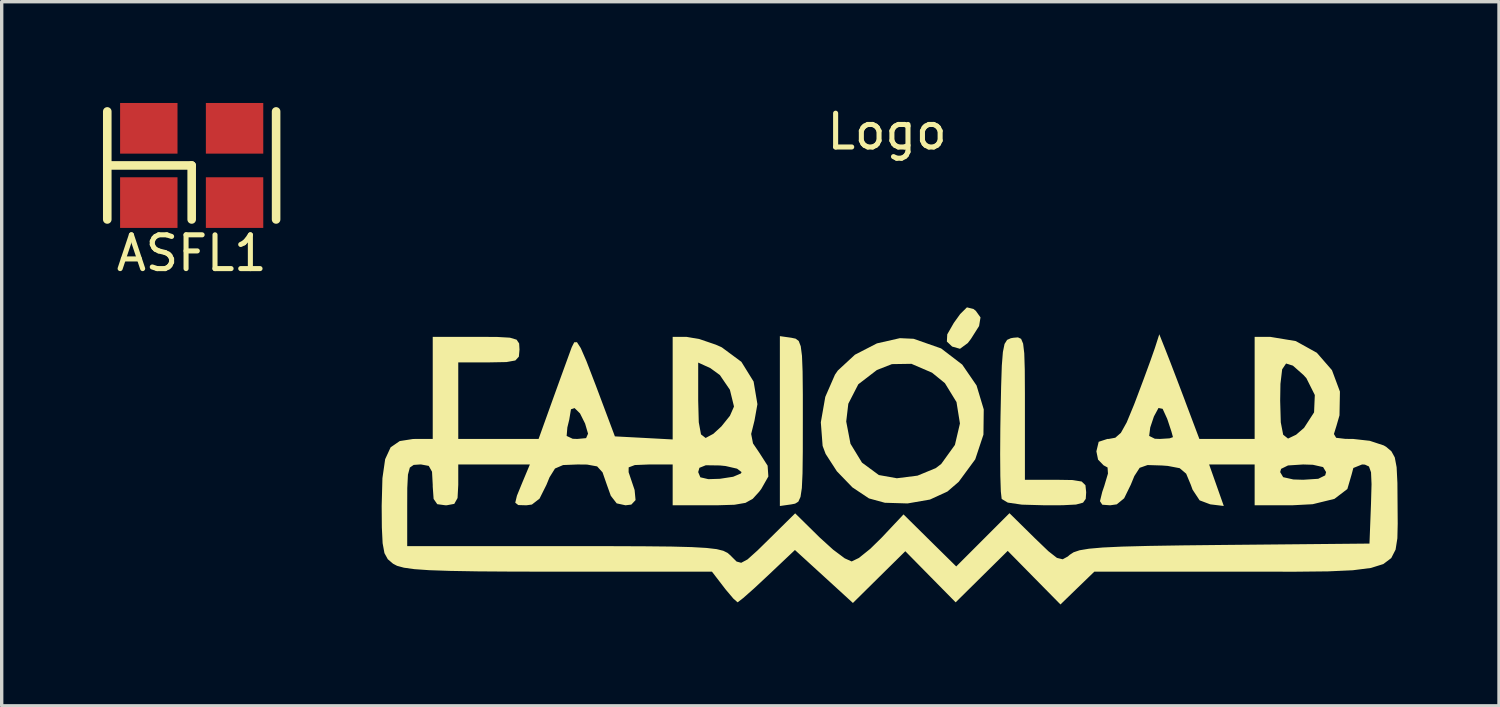
<source format=kicad_pcb>
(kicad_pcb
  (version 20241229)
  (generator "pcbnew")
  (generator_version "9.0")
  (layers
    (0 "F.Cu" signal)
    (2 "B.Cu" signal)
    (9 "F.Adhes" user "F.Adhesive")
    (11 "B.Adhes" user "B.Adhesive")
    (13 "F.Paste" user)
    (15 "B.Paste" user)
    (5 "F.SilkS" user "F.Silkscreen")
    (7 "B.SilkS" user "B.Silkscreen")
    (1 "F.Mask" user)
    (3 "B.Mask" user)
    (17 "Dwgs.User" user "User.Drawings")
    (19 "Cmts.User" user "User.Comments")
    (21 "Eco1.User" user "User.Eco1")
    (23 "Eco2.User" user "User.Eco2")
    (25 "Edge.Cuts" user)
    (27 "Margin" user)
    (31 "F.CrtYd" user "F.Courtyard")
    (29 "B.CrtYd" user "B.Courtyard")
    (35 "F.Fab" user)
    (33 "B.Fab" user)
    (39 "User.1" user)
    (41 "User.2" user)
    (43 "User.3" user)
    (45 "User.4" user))
  (footprint "Logo"
    (layer "F.Cu")
    (at 23.222 11.008)
    (property "Reference" "Logo" (at 0 -10.16 0) (unlocked yes) (layer "F.SilkS") (effects (font (size 1 1) (thickness 0.15))))
    (fp_poly (pts (xy 2.557 -4.908) (xy 2.626 -4.854) (xy 2.767 -4.658) (xy 2.725 -4.402) (xy 2.484 -4.021) (xy 2.392 -3.9) (xy 2.16 -3.728) (xy 1.927 -3.794) (xy 1.771 -3.942) (xy 1.782 -4.155) (xy 1.976 -4.494) (xy 2.165 -4.757) (xy 2.365 -4.955)) (stroke (width 0) (type solid)) (fill yes) (layer "F.SilkS"))
    (fp_poly (pts (xy -2.835 -4.055) (xy -2.708 -4.028) (xy -2.617 -3.959) (xy -2.557 -3.804) (xy -2.52 -3.519) (xy -2.502 -3.057) (xy -2.495 -2.377) (xy -2.495 -1.587) (xy -2.496 -0.684) (xy -2.504 -0.038) (xy -2.524 0.395) (xy -2.564 0.659) (xy -2.628 0.799) (xy -2.724 0.858) (xy -2.835 0.88) (xy -3.175 0.928) (xy -3.175 -4.103)) (stroke (width 0) (type solid)) (fill yes) (layer "F.SilkS"))
    (fp_poly (pts (xy 3.969 -4.023) (xy 4.029 -3.881) (xy 4.063 -3.595) (xy 4.078 -3.119) (xy 4.082 -2.408) (xy 4.082 -1.976) (xy 4.082 0.151) (xy 4.989 0.151) (xy 5.492 0.159) (xy 5.763 0.203) (xy 5.875 0.312) (xy 5.896 0.516) (xy 5.896 0.529) (xy 5.884 0.716) (xy 5.804 0.829) (xy 5.596 0.885) (xy 5.199 0.905) (xy 4.682 0.907) (xy 3.993 0.888) (xy 3.574 0.827) (xy 3.397 0.721) (xy 3.393 0.712) (xy 3.369 0.498) (xy 3.354 0.04) (xy 3.349 -0.603) (xy 3.354 -1.373) (xy 3.36 -1.745) (xy 3.378 -2.615) (xy 3.398 -3.228) (xy 3.43 -3.632) (xy 3.479 -3.871) (xy 3.555 -3.992) (xy 3.664 -4.041) (xy 3.742 -4.055) (xy 3.876 -4.066)) (stroke (width 0) (type solid)) (fill yes) (layer "F.SilkS"))
    (fp_poly (pts (xy 0.787 -4.024) (xy 1.6 -3.739) (xy 2.225 -3.261) (xy 2.65 -2.642) (xy 2.863 -1.933) (xy 2.854 -1.186) (xy 2.611 -0.454) (xy 2.122 0.211) (xy 1.788 0.499) (xy 1.27 0.737) (xy 0.607 0.852) (xy -0.066 0.832) (xy -0.537 0.703) (xy -1.026 0.377) (xy -1.487 -0.1) (xy -1.82 -0.615) (xy -1.909 -0.852) (xy -1.962 -1.55) (xy -1.958 -1.574) (xy -1.21 -1.574) (xy -1.084 -0.916) (xy -0.743 -0.357) (xy -0.245 0.01) (xy -0.244 0.011) (xy 0.29 0.106) (xy 0.901 0.029) (xy 1.44 -0.193) (xy 1.603 -0.317) (xy 2.009 -0.881) (xy 2.158 -1.516) (xy 2.056 -2.15) (xy 1.712 -2.711) (xy 1.332 -3.02) (xy 0.721 -3.283) (xy 0.144 -3.274) (xy -0.301 -3.1) (xy -0.852 -2.677) (xy -1.148 -2.101) (xy -1.21 -1.574) (xy -1.958 -1.574) (xy -1.83 -2.304) (xy -1.543 -2.962) (xy -1.458 -3.085) (xy -0.952 -3.553) (xy -0.301 -3.888) (xy 0.38 -4.043)) (stroke (width 0) (type solid)) (fill yes) (layer "F.SilkS"))
    (fp_poly (pts (xy 8.243 -3.704) (xy 8.386 -3.338) (xy 8.592 -2.8) (xy 8.819 -2.202) (xy 8.836 -2.154) (xy 9.249 -1.058) (xy 10.886 -1.058) (xy 10.886 -2.192) (xy 11.642 -2.192) (xy 11.66 -1.55) (xy 11.731 -1.183) (xy 11.875 -1.069) (xy 12.114 -1.183) (xy 12.35 -1.387) (xy 12.646 -1.845) (xy 12.668 -2.359) (xy 12.419 -2.856) (xy 12.329 -2.955) (xy 12.019 -3.229) (xy 11.817 -3.292) (xy 11.701 -3.12) (xy 11.65 -2.689) (xy 11.642 -2.192) (xy 10.886 -2.192) (xy 10.886 -4.082) (xy 11.344 -4.082) (xy 12.105 -3.956) (xy 12.728 -3.61) (xy 13.176 -3.095) (xy 13.412 -2.461) (xy 13.399 -1.757) (xy 13.309 -1.446) (xy 13.234 -1.204) (xy 13.3 -1.092) (xy 13.573 -1.06) (xy 13.804 -1.058) (xy 14.295 -1.003) (xy 14.71 -0.866) (xy 14.783 -0.823) (xy 14.938 -0.69) (xy 15.036 -0.511) (xy 15.091 -0.221) (xy 15.114 0.245) (xy 15.119 0.907) (xy 15.123 1.451) (xy 15.113 1.885) (xy 15.06 2.22) (xy 14.932 2.47) (xy 14.698 2.647) (xy 14.329 2.763) (xy 13.793 2.831) (xy 13.059 2.864) (xy 12.097 2.874) (xy 10.876 2.873) (xy 10.292 2.873) (xy 6.138 2.873) (xy 5.636 3.358) (xy 5.135 3.844) (xy 4.354 3.051) (xy 3.573 2.257) (xy 2.802 3.019) (xy 2.031 3.781) (xy 1.285 3.024) (xy 0.54 2.267) (xy -0.236 3.033) (xy -1.012 3.8) (xy -1.87 3.015) (xy -2.729 2.231) (xy -3.548 3.005) (xy -3.949 3.378) (xy -4.26 3.653) (xy -4.421 3.777) (xy -4.428 3.78) (xy -4.551 3.672) (xy -4.777 3.405) (xy -4.838 3.326) (xy -5.186 2.873) (xy -9.741 2.873) (xy -11.066 2.871) (xy -12.122 2.864) (xy -12.942 2.85) (xy -13.558 2.829) (xy -14.003 2.798) (xy -14.31 2.755) (xy -14.512 2.7) (xy -14.632 2.637) (xy -14.787 2.504) (xy -14.886 2.324) (xy -14.94 2.031) (xy -14.963 1.562) (xy -14.968 0.922) (xy -14.946 0.104) (xy -14.865 -0.459) (xy -14.703 -0.81) (xy -14.434 -0.995) (xy -14.038 -1.057) (xy -13.935 -1.058) (xy -13.456 -1.058) (xy -13.456 -4.082) (xy -12.171 -4.082) (xy -11.549 -4.079) (xy -11.169 -4.057) (xy -10.972 -3.998) (xy -10.897 -3.886) (xy -10.886 -3.704) (xy -10.905 -3.495) (xy -11.01 -3.382) (xy -11.272 -3.335) (xy -11.761 -3.326) (xy -11.793 -3.326) (xy -12.7 -3.326) (xy -12.7 -1.058) (xy -10.321 -1.058) (xy -10.289 -1.147) (xy -9.49 -1.147) (xy -9.311 -1.063) (xy -9.173 -1.058) (xy -8.914 -1.082) (xy -8.856 -1.214) (xy -8.943 -1.512) (xy -9.094 -1.814) (xy -9.255 -1.972) (xy -9.362 -1.936) (xy -9.376 -1.852) (xy -9.413 -1.629) (xy -9.469 -1.399) (xy -9.49 -1.147) (xy -10.289 -1.147) (xy -9.9 -2.23) (xy -9.683 -2.831) (xy -9.489 -3.364) (xy -9.355 -3.732) (xy -9.337 -3.78) (xy -9.265 -3.921) (xy -9.184 -3.923) (xy -9.072 -3.749) (xy -8.905 -3.366) (xy -8.663 -2.736) (xy -8.628 -2.646) (xy -8.061 -1.134) (xy -7.205 -1.089) (xy -6.35 -1.043) (xy -6.35 -3.32) (xy -5.594 -3.32) (xy -5.594 -2.189) (xy -5.577 -1.553) (xy -5.511 -1.193) (xy -5.374 -1.087) (xy -5.145 -1.21) (xy -4.907 -1.429) (xy -4.654 -1.744) (xy -4.537 -2.01) (xy -4.536 -2.027) (xy -4.655 -2.514) (xy -4.953 -2.951) (xy -5.233 -3.155) (xy -5.594 -3.32) (xy -6.35 -3.32) (xy -6.35 -4.082) (xy -5.944 -4.082) (xy -5.558 -4.016) (xy -5.072 -3.85) (xy -4.895 -3.771) (xy -4.315 -3.342) (xy -3.953 -2.758) (xy -3.84 -2.088) (xy -3.927 -1.601) (xy -4.025 -1.206) (xy -3.971 -0.926) (xy -3.791 -0.661) (xy -3.538 -0.267) (xy -3.516 0.054) (xy -3.727 0.425) (xy -3.791 0.509) (xy -3.979 0.715) (xy -4.194 0.835) (xy -4.52 0.891) (xy -5.042 0.907) (xy -5.227 0.907) (xy -6.35 0.907) (xy -6.35 -0.076) (xy -5.594 -0.076) (xy -5.53 0.078) (xy -5.293 0.133) (xy -4.951 0.122) (xy -4.559 0.062) (xy -4.332 -0.034) (xy -4.309 -0.076) (xy -4.444 -0.178) (xy -4.783 -0.256) (xy -4.951 -0.273) (xy -5.368 -0.279) (xy -5.558 -0.203) (xy -5.594 -0.076) (xy -6.35 -0.076) (xy -6.35 -0.302) (xy -7.047 -0.302) (xy -7.47 -0.285) (xy -7.653 -0.216) (xy -7.655 -0.073) (xy -7.651 -0.062) (xy -7.477 0.454) (xy -7.449 0.753) (xy -7.574 0.886) (xy -7.746 0.907) (xy -8.008 0.85) (xy -8.182 0.626) (xy -8.298 0.302) (xy -8.427 -0.069) (xy -8.587 -0.245) (xy -8.884 -0.299) (xy -9.165 -0.302) (xy -9.595 -0.285) (xy -9.835 -0.182) (xy -9.997 0.078) (xy -10.089 0.302) (xy -10.293 0.71) (xy -10.519 0.885) (xy -10.682 0.907) (xy -10.923 0.9) (xy -11.012 0.83) (xy -10.962 0.622) (xy -10.808 0.245) (xy -10.579 -0.302) (xy -12.7 -0.302) (xy -12.7 0.302) (xy -12.721 0.692) (xy -12.818 0.865) (xy -13.045 0.907) (xy -13.078 0.907) (xy -13.322 0.874) (xy -13.43 0.718) (xy -13.456 0.355) (xy -13.456 0.302) (xy -13.477 -0.087) (xy -13.574 -0.26) (xy -13.801 -0.302) (xy -13.834 -0.302) (xy -14.021 -0.289) (xy -14.134 -0.21) (xy -14.19 -0.001) (xy -14.21 0.397) (xy -14.212 0.907) (xy -14.212 2.117) (xy -9.548 2.117) (xy -8.237 2.117) (xy -7.195 2.121) (xy -6.388 2.129) (xy -5.784 2.145) (xy -5.348 2.17) (xy -5.048 2.205) (xy -4.851 2.254) (xy -4.722 2.318) (xy -4.629 2.4) (xy -4.607 2.424) (xy -4.457 2.573) (xy -4.32 2.61) (xy -4.133 2.51) (xy -3.837 2.244) (xy -3.525 1.938) (xy -2.722 1.145) (xy -1.998 1.858) (xy -1.598 2.221) (xy -1.254 2.478) (xy -1.049 2.57) (xy -0.834 2.466) (xy -0.498 2.196) (xy -0.169 1.874) (xy 0.487 1.177) (xy 1.267 1.948) (xy 2.048 2.718) (xy 2.836 1.93) (xy 3.625 1.141) (xy 4.378 1.883) (xy 4.778 2.267) (xy 5.031 2.465) (xy 5.201 2.506) (xy 5.353 2.423) (xy 5.41 2.373) (xy 5.523 2.299) (xy 5.701 2.239) (xy 5.978 2.193) (xy 6.388 2.157) (xy 6.965 2.13) (xy 7.744 2.11) (xy 8.759 2.094) (xy 9.988 2.081) (xy 14.287 2.041) (xy 14.332 0.869) (xy 14.348 0.28) (xy 14.333 -0.07) (xy 14.272 -0.242) (xy 14.152 -0.298) (xy 14.067 -0.302) (xy 13.809 -0.198) (xy 13.758 -0.006) (xy 13.632 0.425) (xy 13.249 0.717) (xy 12.604 0.875) (xy 11.991 0.907) (xy 10.886 0.907) (xy 10.886 -0.076) (xy 11.642 -0.076) (xy 11.731 0.074) (xy 12.033 0.142) (xy 12.322 0.151) (xy 12.77 0.122) (xy 12.975 0.021) (xy 13.002 -0.076) (xy 12.913 -0.225) (xy 12.611 -0.293) (xy 12.322 -0.302) (xy 11.874 -0.273) (xy 11.669 -0.172) (xy 11.642 -0.076) (xy 10.886 -0.076) (xy 10.886 -0.302) (xy 9.538 -0.302) (xy 9.755 0.312) (xy 9.972 0.927) (xy 9.572 0.879) (xy 9.256 0.76) (xy 9.048 0.445) (xy 8.996 0.302) (xy 8.858 -0.029) (xy 8.666 -0.192) (xy 8.314 -0.259) (xy 8.14 -0.272) (xy 7.715 -0.285) (xy 7.481 -0.203) (xy 7.323 0.041) (xy 7.219 0.295) (xy 7.021 0.7) (xy 6.803 0.879) (xy 6.607 0.907) (xy 6.374 0.89) (xy 6.305 0.785) (xy 6.373 0.509) (xy 6.431 0.34) (xy 6.542 -0.033) (xy 6.53 -0.213) (xy 6.413 -0.276) (xy 6.249 -0.445) (xy 6.199 -0.691) (xy 6.267 -0.974) (xy 6.525 -1.058) (xy 6.564 -1.058) (xy 6.759 -1.094) (xy 6.821 -1.148) (xy 7.762 -1.148) (xy 7.93 -1.064) (xy 8.079 -1.058) (xy 8.368 -1.076) (xy 8.467 -1.111) (xy 8.422 -1.275) (xy 8.313 -1.606) (xy 8.294 -1.659) (xy 8.161 -1.95) (xy 8.039 -1.975) (xy 7.903 -1.724) (xy 7.794 -1.399) (xy 7.762 -1.148) (xy 6.821 -1.148) (xy 6.924 -1.238) (xy 7.096 -1.546) (xy 7.314 -2.073) (xy 7.374 -2.23) (xy 7.599 -2.828) (xy 7.794 -3.36) (xy 7.924 -3.729) (xy 7.941 -3.78) (xy 8.062 -4.158)) (stroke (width 0) (type solid)) (fill yes) (layer "F.SilkS")))
  (footprint "ASFL1"
    (layer "F.Cu")
    (at 2.627 1.85)
    (property "Reference" "ASFL1" (at 0 2.6 180) (layer "F.SilkS") (effects (font (size 1 1) (thickness 0.15))))
    (attr through_hole)
    (fp_line (start -2.5 -1.6) (end -2.5 1.6) (stroke (width 0.254) (type solid)) (layer "F.SilkS"))
    (fp_line (start -2.5 0) (end 0 0) (stroke (width 0.254) (type solid)) (layer "F.SilkS"))
    (fp_line (start 0 0) (end 0 1.6) (stroke (width 0.254) (type solid)) (layer "F.SilkS"))
    (fp_line (start 2.5 1.6) (end 2.5 -1.6) (stroke (width 0.254) (type solid)) (layer "F.SilkS"))
    (pad "1" smd rect (at -1.27 1.1) (size 1.7 1.5) (layers "F.Cu" "F.Mask" "F.Paste"))
    (pad "2" smd rect (at 1.27 1.1) (size 1.7 1.5) (layers "F.Cu" "F.Mask" "F.Paste"))
    (pad "3" smd rect (at 1.27 -1.1) (size 1.7 1.5) (layers "F.Cu" "F.Mask" "F.Paste"))
    (pad "4" smd rect (at -1.27 -1.1) (size 1.7 1.5) (layers "F.Cu" "F.Mask" "F.Paste")))
  (gr_rect
    (start -3 -3)
    (end 41.345 17.853)
    (stroke (width 0.1) (type default))
    (fill no)
    (layer "Edge.Cuts")))
</source>
